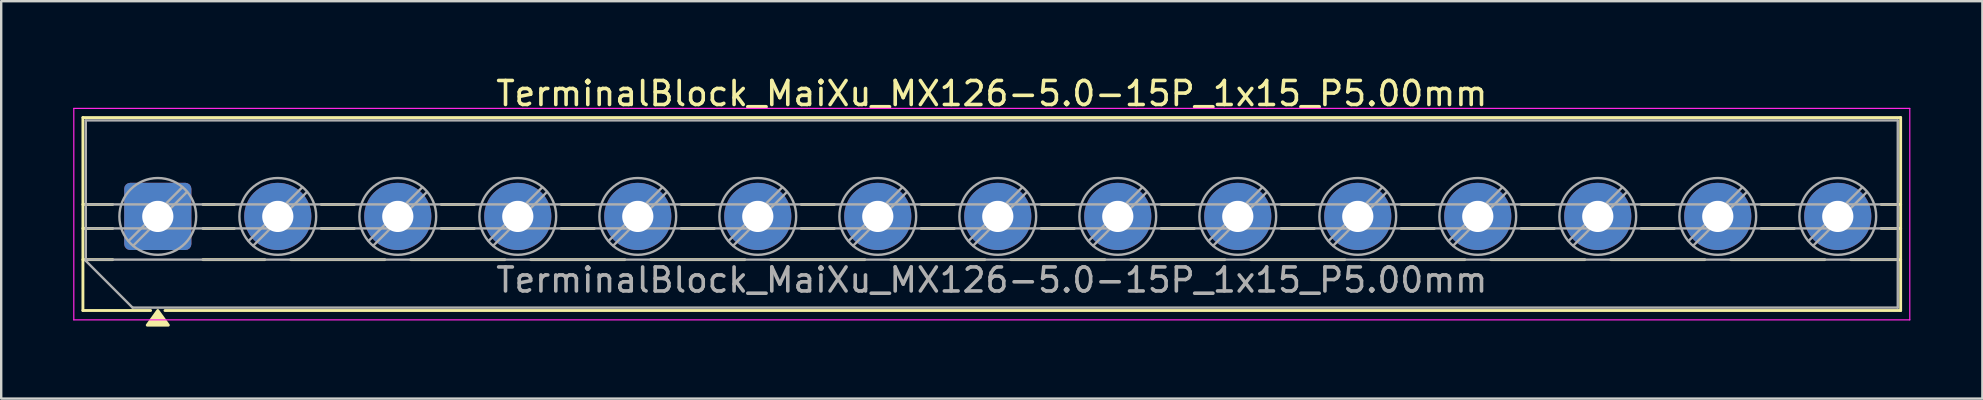
<source format=kicad_pcb>
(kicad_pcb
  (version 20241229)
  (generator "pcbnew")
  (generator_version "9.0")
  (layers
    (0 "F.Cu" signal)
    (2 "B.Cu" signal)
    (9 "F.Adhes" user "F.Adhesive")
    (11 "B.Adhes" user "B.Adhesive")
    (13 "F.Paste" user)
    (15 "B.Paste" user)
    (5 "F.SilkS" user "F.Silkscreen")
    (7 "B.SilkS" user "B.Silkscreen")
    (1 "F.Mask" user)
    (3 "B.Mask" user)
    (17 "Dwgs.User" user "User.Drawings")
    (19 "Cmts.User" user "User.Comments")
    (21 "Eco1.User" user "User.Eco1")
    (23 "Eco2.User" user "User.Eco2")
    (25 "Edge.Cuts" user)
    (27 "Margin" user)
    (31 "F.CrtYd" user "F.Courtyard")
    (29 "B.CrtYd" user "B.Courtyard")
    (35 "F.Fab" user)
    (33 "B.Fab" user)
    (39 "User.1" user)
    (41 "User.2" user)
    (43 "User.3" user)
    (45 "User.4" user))
  (footprint "TerminalBlock_MaiXu_MX126-5.0-15P_1x15_P5.00mm"
    (layer "F.Cu")
    (at 3.525 5.968)
    (property "Reference" "TerminalBlock_MaiXu_MX126-5.0-15P_1x15_P5.00mm" (at 34.75 -5.12 0) (layer "F.SilkS") (effects (font (size 1 1) (thickness 0.15))))
    (attr through_hole)
    (fp_line (start -3.12 -4.12) (end -3.12 3.92) (stroke (width 0.12) (type solid)) (layer "F.SilkS"))
    (fp_line (start -3.12 -4.12) (end 72.62 -4.12) (stroke (width 0.12) (type solid)) (layer "F.SilkS"))
    (fp_line (start -3.12 -0.5) (end -1.88 -0.5) (stroke (width 0.12) (type solid)) (layer "F.SilkS"))
    (fp_line (start -3.12 0.5) (end -1.88 0.5) (stroke (width 0.12) (type solid)) (layer "F.SilkS"))
    (fp_line (start -3.12 1.8) (end -1.88 1.8) (stroke (width 0.12) (type solid)) (layer "F.SilkS"))
    (fp_line (start -3.12 3.92) (end -0.3 3.92) (stroke (width 0.12) (type solid)) (layer "F.SilkS"))
    (fp_line (start 0.3 3.92) (end 72.62 3.92) (stroke (width 0.12) (type solid)) (layer "F.SilkS"))
    (fp_line (start 1.88 -0.5) (end 3.188 -0.5) (stroke (width 0.12) (type solid)) (layer "F.SilkS"))
    (fp_line (start 1.88 0.5) (end 3.188 0.5) (stroke (width 0.12) (type solid)) (layer "F.SilkS"))
    (fp_line (start 1.88 1.8) (end 4.457 1.8) (stroke (width 0.12) (type solid)) (layer "F.SilkS"))
    (fp_line (start 5.543 1.8) (end 9.457 1.8) (stroke (width 0.12) (type solid)) (layer "F.SilkS"))
    (fp_line (start 6.812 -0.5) (end 8.188 -0.5) (stroke (width 0.12) (type solid)) (layer "F.SilkS"))
    (fp_line (start 6.812 0.5) (end 8.188 0.5) (stroke (width 0.12) (type solid)) (layer "F.SilkS"))
    (fp_line (start 10.543 1.8) (end 14.457 1.8) (stroke (width 0.12) (type solid)) (layer "F.SilkS"))
    (fp_line (start 11.812 -0.5) (end 13.188 -0.5) (stroke (width 0.12) (type solid)) (layer "F.SilkS"))
    (fp_line (start 11.812 0.5) (end 13.188 0.5) (stroke (width 0.12) (type solid)) (layer "F.SilkS"))
    (fp_line (start 15.543 1.8) (end 19.457 1.8) (stroke (width 0.12) (type solid)) (layer "F.SilkS"))
    (fp_line (start 16.812 -0.5) (end 18.188 -0.5) (stroke (width 0.12) (type solid)) (layer "F.SilkS"))
    (fp_line (start 16.812 0.5) (end 18.188 0.5) (stroke (width 0.12) (type solid)) (layer "F.SilkS"))
    (fp_line (start 20.543 1.8) (end 24.457 1.8) (stroke (width 0.12) (type solid)) (layer "F.SilkS"))
    (fp_line (start 21.812 -0.5) (end 23.188 -0.5) (stroke (width 0.12) (type solid)) (layer "F.SilkS"))
    (fp_line (start 21.812 0.5) (end 23.188 0.5) (stroke (width 0.12) (type solid)) (layer "F.SilkS"))
    (fp_line (start 25.543 1.8) (end 29.457 1.8) (stroke (width 0.12) (type solid)) (layer "F.SilkS"))
    (fp_line (start 26.812 -0.5) (end 28.188 -0.5) (stroke (width 0.12) (type solid)) (layer "F.SilkS"))
    (fp_line (start 26.812 0.5) (end 28.188 0.5) (stroke (width 0.12) (type solid)) (layer "F.SilkS"))
    (fp_line (start 30.543 1.8) (end 34.457 1.8) (stroke (width 0.12) (type solid)) (layer "F.SilkS"))
    (fp_line (start 31.812 -0.5) (end 33.188 -0.5) (stroke (width 0.12) (type solid)) (layer "F.SilkS"))
    (fp_line (start 31.812 0.5) (end 33.188 0.5) (stroke (width 0.12) (type solid)) (layer "F.SilkS"))
    (fp_line (start 35.543 1.8) (end 39.457 1.8) (stroke (width 0.12) (type solid)) (layer "F.SilkS"))
    (fp_line (start 36.812 -0.5) (end 38.188 -0.5) (stroke (width 0.12) (type solid)) (layer "F.SilkS"))
    (fp_line (start 36.812 0.5) (end 38.188 0.5) (stroke (width 0.12) (type solid)) (layer "F.SilkS"))
    (fp_line (start 40.543 1.8) (end 44.457 1.8) (stroke (width 0.12) (type solid)) (layer "F.SilkS"))
    (fp_line (start 41.812 -0.5) (end 43.188 -0.5) (stroke (width 0.12) (type solid)) (layer "F.SilkS"))
    (fp_line (start 41.812 0.5) (end 43.188 0.5) (stroke (width 0.12) (type solid)) (layer "F.SilkS"))
    (fp_line (start 45.543 1.8) (end 49.457 1.8) (stroke (width 0.12) (type solid)) (layer "F.SilkS"))
    (fp_line (start 46.812 -0.5) (end 48.188 -0.5) (stroke (width 0.12) (type solid)) (layer "F.SilkS"))
    (fp_line (start 46.812 0.5) (end 48.188 0.5) (stroke (width 0.12) (type solid)) (layer "F.SilkS"))
    (fp_line (start 50.543 1.8) (end 54.457 1.8) (stroke (width 0.12) (type solid)) (layer "F.SilkS"))
    (fp_line (start 51.812 -0.5) (end 53.188 -0.5) (stroke (width 0.12) (type solid)) (layer "F.SilkS"))
    (fp_line (start 51.812 0.5) (end 53.188 0.5) (stroke (width 0.12) (type solid)) (layer "F.SilkS"))
    (fp_line (start 55.543 1.8) (end 59.457 1.8) (stroke (width 0.12) (type solid)) (layer "F.SilkS"))
    (fp_line (start 56.812 -0.5) (end 58.188 -0.5) (stroke (width 0.12) (type solid)) (layer "F.SilkS"))
    (fp_line (start 56.812 0.5) (end 58.188 0.5) (stroke (width 0.12) (type solid)) (layer "F.SilkS"))
    (fp_line (start 60.543 1.8) (end 64.457 1.8) (stroke (width 0.12) (type solid)) (layer "F.SilkS"))
    (fp_line (start 61.812 -0.5) (end 63.188 -0.5) (stroke (width 0.12) (type solid)) (layer "F.SilkS"))
    (fp_line (start 61.812 0.5) (end 63.188 0.5) (stroke (width 0.12) (type solid)) (layer "F.SilkS"))
    (fp_line (start 65.543 1.8) (end 69.457 1.8) (stroke (width 0.12) (type solid)) (layer "F.SilkS"))
    (fp_line (start 66.812 -0.5) (end 68.188 -0.5) (stroke (width 0.12) (type solid)) (layer "F.SilkS"))
    (fp_line (start 66.812 0.5) (end 68.188 0.5) (stroke (width 0.12) (type solid)) (layer "F.SilkS"))
    (fp_line (start 70.543 1.8) (end 72.62 1.8) (stroke (width 0.12) (type solid)) (layer "F.SilkS"))
    (fp_line (start 71.812 -0.5) (end 72.62 -0.5) (stroke (width 0.12) (type solid)) (layer "F.SilkS"))
    (fp_line (start 71.812 0.5) (end 72.62 0.5) (stroke (width 0.12) (type solid)) (layer "F.SilkS"))
    (fp_line (start 72.62 -4.12) (end 72.62 3.92) (stroke (width 0.12) (type solid)) (layer "F.SilkS"))
    (fp_poly (pts (xy 0 3.92) (xy 0.44 4.53) (xy -0.44 4.53)) (stroke (width 0.12) (type solid)) (fill yes) (layer "F.SilkS"))
    (fp_line (start -3.5 -4.5) (end -3.5 4.31) (stroke (width 0.05) (type solid)) (layer "F.CrtYd"))
    (fp_line (start -3.5 4.31) (end 73 4.31) (stroke (width 0.05) (type solid)) (layer "F.CrtYd"))
    (fp_line (start 73 -4.5) (end -3.5 -4.5) (stroke (width 0.05) (type solid)) (layer "F.CrtYd"))
    (fp_line (start 73 4.31) (end 73 -4.5) (stroke (width 0.05) (type solid)) (layer "F.CrtYd"))
    (fp_line (start -3 -4) (end 72.5 -4) (stroke (width 0.1) (type solid)) (layer "F.Fab"))
    (fp_line (start -3 -0.5) (end 72.5 -0.5) (stroke (width 0.1) (type solid)) (layer "F.Fab"))
    (fp_line (start -3 0.5) (end 72.5 0.5) (stroke (width 0.1) (type solid)) (layer "F.Fab"))
    (fp_line (start -3 1.8) (end 72.5 1.8) (stroke (width 0.1) (type solid)) (layer "F.Fab"))
    (fp_line (start -3 1.85) (end -3 -4) (stroke (width 0.1) (type solid)) (layer "F.Fab"))
    (fp_line (start -1.05 3.8) (end -3 1.85) (stroke (width 0.1) (type solid)) (layer "F.Fab"))
    (fp_line (start 1.018 -1.213) (end -1.214 1.018) (stroke (width 0.1) (type solid)) (layer "F.Fab"))
    (fp_line (start 1.213 -1.018) (end -1.018 1.213) (stroke (width 0.1) (type solid)) (layer "F.Fab"))
    (fp_line (start 6.018 -1.213) (end 3.786 1.018) (stroke (width 0.1) (type solid)) (layer "F.Fab"))
    (fp_line (start 6.213 -1.018) (end 3.982 1.213) (stroke (width 0.1) (type solid)) (layer "F.Fab"))
    (fp_line (start 11.018 -1.213) (end 8.786 1.018) (stroke (width 0.1) (type solid)) (layer "F.Fab"))
    (fp_line (start 11.213 -1.018) (end 8.982 1.213) (stroke (width 0.1) (type solid)) (layer "F.Fab"))
    (fp_line (start 16.018 -1.213) (end 13.786 1.018) (stroke (width 0.1) (type solid)) (layer "F.Fab"))
    (fp_line (start 16.213 -1.018) (end 13.982 1.213) (stroke (width 0.1) (type solid)) (layer "F.Fab"))
    (fp_line (start 21.018 -1.213) (end 18.786 1.018) (stroke (width 0.1) (type solid)) (layer "F.Fab"))
    (fp_line (start 21.213 -1.018) (end 18.982 1.213) (stroke (width 0.1) (type solid)) (layer "F.Fab"))
    (fp_line (start 26.018 -1.213) (end 23.786 1.018) (stroke (width 0.1) (type solid)) (layer "F.Fab"))
    (fp_line (start 26.213 -1.018) (end 23.982 1.213) (stroke (width 0.1) (type solid)) (layer "F.Fab"))
    (fp_line (start 31.018 -1.213) (end 28.786 1.018) (stroke (width 0.1) (type solid)) (layer "F.Fab"))
    (fp_line (start 31.213 -1.018) (end 28.982 1.213) (stroke (width 0.1) (type solid)) (layer "F.Fab"))
    (fp_line (start 36.018 -1.213) (end 33.786 1.018) (stroke (width 0.1) (type solid)) (layer "F.Fab"))
    (fp_line (start 36.213 -1.018) (end 33.982 1.213) (stroke (width 0.1) (type solid)) (layer "F.Fab"))
    (fp_line (start 41.018 -1.213) (end 38.786 1.018) (stroke (width 0.1) (type solid)) (layer "F.Fab"))
    (fp_line (start 41.213 -1.018) (end 38.982 1.213) (stroke (width 0.1) (type solid)) (layer "F.Fab"))
    (fp_line (start 46.018 -1.213) (end 43.786 1.018) (stroke (width 0.1) (type solid)) (layer "F.Fab"))
    (fp_line (start 46.213 -1.018) (end 43.982 1.213) (stroke (width 0.1) (type solid)) (layer "F.Fab"))
    (fp_line (start 51.018 -1.213) (end 48.786 1.018) (stroke (width 0.1) (type solid)) (layer "F.Fab"))
    (fp_line (start 51.213 -1.018) (end 48.982 1.213) (stroke (width 0.1) (type solid)) (layer "F.Fab"))
    (fp_line (start 56.018 -1.213) (end 53.786 1.018) (stroke (width 0.1) (type solid)) (layer "F.Fab"))
    (fp_line (start 56.213 -1.018) (end 53.982 1.213) (stroke (width 0.1) (type solid)) (layer "F.Fab"))
    (fp_line (start 61.018 -1.213) (end 58.786 1.018) (stroke (width 0.1) (type solid)) (layer "F.Fab"))
    (fp_line (start 61.213 -1.018) (end 58.982 1.213) (stroke (width 0.1) (type solid)) (layer "F.Fab"))
    (fp_line (start 66.018 -1.213) (end 63.786 1.018) (stroke (width 0.1) (type solid)) (layer "F.Fab"))
    (fp_line (start 66.213 -1.018) (end 63.982 1.213) (stroke (width 0.1) (type solid)) (layer "F.Fab"))
    (fp_line (start 71.018 -1.213) (end 68.786 1.018) (stroke (width 0.1) (type solid)) (layer "F.Fab"))
    (fp_line (start 71.213 -1.018) (end 68.982 1.213) (stroke (width 0.1) (type solid)) (layer "F.Fab"))
    (fp_line (start 72.5 -4) (end 72.5 3.8) (stroke (width 0.1) (type solid)) (layer "F.Fab"))
    (fp_line (start 72.5 3.8) (end -1.05 3.8) (stroke (width 0.1) (type solid)) (layer "F.Fab"))
    (fp_circle (center 0 0) (end 1.6 0) (stroke (width 0.1) (type solid)) (fill no) (layer "F.Fab"))
    (fp_circle (center 5 0) (end 6.6 0) (stroke (width 0.1) (type solid)) (fill no) (layer "F.Fab"))
    (fp_circle (center 10 0) (end 11.6 0) (stroke (width 0.1) (type solid)) (fill no) (layer "F.Fab"))
    (fp_circle (center 15 0) (end 16.6 0) (stroke (width 0.1) (type solid)) (fill no) (layer "F.Fab"))
    (fp_circle (center 20 0) (end 21.6 0) (stroke (width 0.1) (type solid)) (fill no) (layer "F.Fab"))
    (fp_circle (center 25 0) (end 26.6 0) (stroke (width 0.1) (type solid)) (fill no) (layer "F.Fab"))
    (fp_circle (center 30 0) (end 31.6 0) (stroke (width 0.1) (type solid)) (fill no) (layer "F.Fab"))
    (fp_circle (center 35 0) (end 36.6 0) (stroke (width 0.1) (type solid)) (fill no) (layer "F.Fab"))
    (fp_circle (center 40 0) (end 41.6 0) (stroke (width 0.1) (type solid)) (fill no) (layer "F.Fab"))
    (fp_circle (center 45 0) (end 46.6 0) (stroke (width 0.1) (type solid)) (fill no) (layer "F.Fab"))
    (fp_circle (center 50 0) (end 51.6 0) (stroke (width 0.1) (type solid)) (fill no) (layer "F.Fab"))
    (fp_circle (center 55 0) (end 56.6 0) (stroke (width 0.1) (type solid)) (fill no) (layer "F.Fab"))
    (fp_circle (center 60 0) (end 61.6 0) (stroke (width 0.1) (type solid)) (fill no) (layer "F.Fab"))
    (fp_circle (center 65 0) (end 66.6 0) (stroke (width 0.1) (type solid)) (fill no) (layer "F.Fab"))
    (fp_circle (center 70 0) (end 71.6 0) (stroke (width 0.1) (type solid)) (fill no) (layer "F.Fab"))
    (fp_text user "${REFERENCE}" (at 34.75 2.65 0) (layer "F.Fab") (effects (font (size 1 1) (thickness 0.15))))
    (pad "1" thru_hole roundrect (at 0 0) (size 2.8 2.8) (drill 1.3) (layers "*.Cu" "*.Mask") (roundrect_rratio 0.089))
    (pad "2" thru_hole circle (at 5 0) (size 2.8 2.8) (drill 1.3) (layers "*.Cu" "*.Mask"))
    (pad "3" thru_hole circle (at 10 0) (size 2.8 2.8) (drill 1.3) (layers "*.Cu" "*.Mask"))
    (pad "4" thru_hole circle (at 15 0) (size 2.8 2.8) (drill 1.3) (layers "*.Cu" "*.Mask"))
    (pad "5" thru_hole circle (at 20 0) (size 2.8 2.8) (drill 1.3) (layers "*.Cu" "*.Mask"))
    (pad "6" thru_hole circle (at 25 0) (size 2.8 2.8) (drill 1.3) (layers "*.Cu" "*.Mask"))
    (pad "7" thru_hole circle (at 30 0) (size 2.8 2.8) (drill 1.3) (layers "*.Cu" "*.Mask"))
    (pad "8" thru_hole circle (at 35 0) (size 2.8 2.8) (drill 1.3) (layers "*.Cu" "*.Mask"))
    (pad "9" thru_hole circle (at 40 0) (size 2.8 2.8) (drill 1.3) (layers "*.Cu" "*.Mask"))
    (pad "10" thru_hole circle (at 45 0) (size 2.8 2.8) (drill 1.3) (layers "*.Cu" "*.Mask"))
    (pad "11" thru_hole circle (at 50 0) (size 2.8 2.8) (drill 1.3) (layers "*.Cu" "*.Mask"))
    (pad "12" thru_hole circle (at 55 0) (size 2.8 2.8) (drill 1.3) (layers "*.Cu" "*.Mask"))
    (pad "13" thru_hole circle (at 60 0) (size 2.8 2.8) (drill 1.3) (layers "*.Cu" "*.Mask"))
    (pad "14" thru_hole circle (at 65 0) (size 2.8 2.8) (drill 1.3) (layers "*.Cu" "*.Mask"))
    (pad "15" thru_hole circle (at 70 0) (size 2.8 2.8) (drill 1.3) (layers "*.Cu" "*.Mask")))
  (gr_rect
    (start -3 -3)
    (end 79.55 13.558)
    (stroke (width 0.1) (type default))
    (fill no)
    (layer "Edge.Cuts")))
</source>
